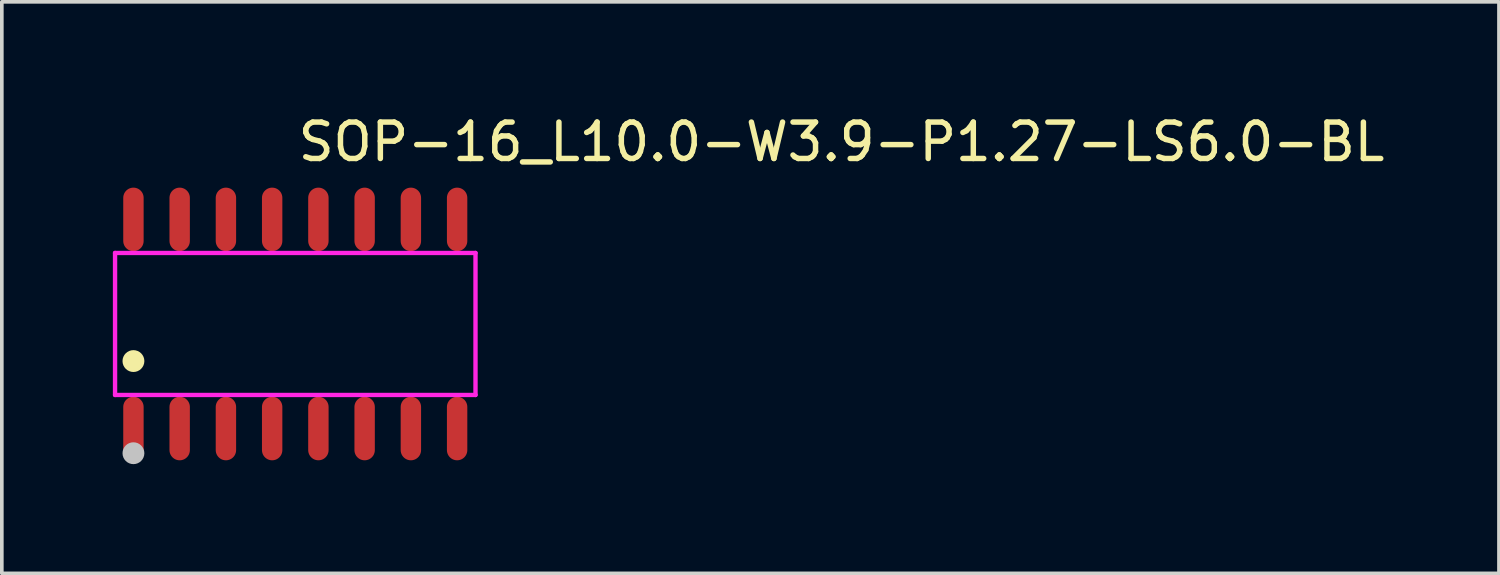
<source format=kicad_pcb>
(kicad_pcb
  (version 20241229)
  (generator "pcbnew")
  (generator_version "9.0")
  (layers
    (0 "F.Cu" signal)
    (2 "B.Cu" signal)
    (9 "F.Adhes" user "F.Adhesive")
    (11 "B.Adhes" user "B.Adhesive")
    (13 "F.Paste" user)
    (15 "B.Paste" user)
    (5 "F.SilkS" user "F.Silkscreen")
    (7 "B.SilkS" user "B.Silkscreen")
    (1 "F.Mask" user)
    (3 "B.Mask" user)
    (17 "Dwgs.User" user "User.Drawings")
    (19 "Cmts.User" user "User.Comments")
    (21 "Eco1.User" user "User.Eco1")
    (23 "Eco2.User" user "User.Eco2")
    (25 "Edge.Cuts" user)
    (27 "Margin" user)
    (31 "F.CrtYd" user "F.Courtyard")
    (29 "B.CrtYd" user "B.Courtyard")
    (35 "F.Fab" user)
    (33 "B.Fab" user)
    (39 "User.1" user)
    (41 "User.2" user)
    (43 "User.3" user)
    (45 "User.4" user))
  (footprint "SOP-16_L10.0-W3.9-P1.27-LS6.0-BL"
    (layer "F.Cu")
    (at 5.06 5.848)
    (property "Reference" "SOP-16_L10.0-W3.9-P1.27-LS6.0-BL" (at 0 -5 0) (layer "F.SilkS") (effects (font (size 1 1) (thickness 0.15)) (justify left)))
    (attr through_hole)
    (fp_circle (center -4.445 1.019) (end -4.295 1.019) (stroke (width 0.3) (type solid)) (fill no) (layer "F.SilkS"))
    (fp_circle (center -4.445 3.55) (end -4.295 3.55) (stroke (width 0.3) (type solid)) (fill no) (layer "Dwgs.User"))
    (fp_line (start -4.65 -2.175) (end -4.24 -2.175) (stroke (width 0.12) (type solid)) (layer "Eco2.User"))
    (fp_line (start -4.65 -1.94) (end -4.65 -2.175) (stroke (width 0.12) (type solid)) (layer "Eco2.User"))
    (fp_line (start -4.65 1.94) (end -4.24 1.94) (stroke (width 0.12) (type solid)) (layer "Eco2.User"))
    (fp_line (start -4.65 2.175) (end -4.65 1.94) (stroke (width 0.12) (type solid)) (layer "Eco2.User"))
    (fp_line (start -4.24 -2.175) (end -4.24 -1.94) (stroke (width 0.12) (type solid)) (layer "Eco2.User"))
    (fp_line (start -4.24 -1.94) (end -4.65 -1.94) (stroke (width 0.12) (type solid)) (layer "Eco2.User"))
    (fp_line (start -4.24 1.94) (end -4.24 2.175) (stroke (width 0.12) (type solid)) (layer "Eco2.User"))
    (fp_line (start -4.24 2.175) (end -4.65 2.175) (stroke (width 0.12) (type solid)) (layer "Eco2.User"))
    (fp_line (start -3.38 -2.175) (end -2.97 -2.175) (stroke (width 0.12) (type solid)) (layer "Eco2.User"))
    (fp_line (start -3.38 -1.94) (end -3.38 -2.175) (stroke (width 0.12) (type solid)) (layer "Eco2.User"))
    (fp_line (start -3.38 1.94) (end -2.97 1.94) (stroke (width 0.12) (type solid)) (layer "Eco2.User"))
    (fp_line (start -3.38 2.175) (end -3.38 1.94) (stroke (width 0.12) (type solid)) (layer "Eco2.User"))
    (fp_line (start -2.97 -2.175) (end -2.97 -1.94) (stroke (width 0.12) (type solid)) (layer "Eco2.User"))
    (fp_line (start -2.97 -1.94) (end -3.38 -1.94) (stroke (width 0.12) (type solid)) (layer "Eco2.User"))
    (fp_line (start -2.97 1.94) (end -2.97 2.175) (stroke (width 0.12) (type solid)) (layer "Eco2.User"))
    (fp_line (start -2.97 2.175) (end -3.38 2.175) (stroke (width 0.12) (type solid)) (layer "Eco2.User"))
    (fp_line (start -2.11 -2.175) (end -1.7 -2.175) (stroke (width 0.12) (type solid)) (layer "Eco2.User"))
    (fp_line (start -2.11 -1.94) (end -2.11 -2.175) (stroke (width 0.12) (type solid)) (layer "Eco2.User"))
    (fp_line (start -2.11 1.94) (end -1.7 1.94) (stroke (width 0.12) (type solid)) (layer "Eco2.User"))
    (fp_line (start -2.11 2.175) (end -2.11 1.94) (stroke (width 0.12) (type solid)) (layer "Eco2.User"))
    (fp_line (start -1.7 -2.175) (end -1.7 -1.94) (stroke (width 0.12) (type solid)) (layer "Eco2.User"))
    (fp_line (start -1.7 -1.94) (end -2.11 -1.94) (stroke (width 0.12) (type solid)) (layer "Eco2.User"))
    (fp_line (start -1.7 1.94) (end -1.7 2.175) (stroke (width 0.12) (type solid)) (layer "Eco2.User"))
    (fp_line (start -1.7 2.175) (end -2.11 2.175) (stroke (width 0.12) (type solid)) (layer "Eco2.User"))
    (fp_line (start -0.84 -2.175) (end -0.43 -2.175) (stroke (width 0.12) (type solid)) (layer "Eco2.User"))
    (fp_line (start -0.84 -1.94) (end -0.84 -2.175) (stroke (width 0.12) (type solid)) (layer "Eco2.User"))
    (fp_line (start -0.84 1.94) (end -0.43 1.94) (stroke (width 0.12) (type solid)) (layer "Eco2.User"))
    (fp_line (start -0.84 2.175) (end -0.84 1.94) (stroke (width 0.12) (type solid)) (layer "Eco2.User"))
    (fp_line (start -0.43 -2.175) (end -0.43 -1.94) (stroke (width 0.12) (type solid)) (layer "Eco2.User"))
    (fp_line (start -0.43 -1.94) (end -0.84 -1.94) (stroke (width 0.12) (type solid)) (layer "Eco2.User"))
    (fp_line (start -0.43 1.94) (end -0.43 2.175) (stroke (width 0.12) (type solid)) (layer "Eco2.User"))
    (fp_line (start -0.43 2.175) (end -0.84 2.175) (stroke (width 0.12) (type solid)) (layer "Eco2.User"))
    (fp_line (start 0.43 -2.175) (end 0.84 -2.175) (stroke (width 0.12) (type solid)) (layer "Eco2.User"))
    (fp_line (start 0.43 -1.94) (end 0.43 -2.175) (stroke (width 0.12) (type solid)) (layer "Eco2.User"))
    (fp_line (start 0.43 1.94) (end 0.84 1.94) (stroke (width 0.12) (type solid)) (layer "Eco2.User"))
    (fp_line (start 0.43 2.175) (end 0.43 1.94) (stroke (width 0.12) (type solid)) (layer "Eco2.User"))
    (fp_line (start 0.84 -2.175) (end 0.84 -1.94) (stroke (width 0.12) (type solid)) (layer "Eco2.User"))
    (fp_line (start 0.84 -1.94) (end 0.43 -1.94) (stroke (width 0.12) (type solid)) (layer "Eco2.User"))
    (fp_line (start 0.84 1.94) (end 0.84 2.175) (stroke (width 0.12) (type solid)) (layer "Eco2.User"))
    (fp_line (start 0.84 2.175) (end 0.43 2.175) (stroke (width 0.12) (type solid)) (layer "Eco2.User"))
    (fp_line (start 1.7 -2.175) (end 2.11 -2.175) (stroke (width 0.12) (type solid)) (layer "Eco2.User"))
    (fp_line (start 1.7 -1.94) (end 1.7 -2.175) (stroke (width 0.12) (type solid)) (layer "Eco2.User"))
    (fp_line (start 1.7 1.94) (end 2.11 1.94) (stroke (width 0.12) (type solid)) (layer "Eco2.User"))
    (fp_line (start 1.7 2.175) (end 1.7 1.94) (stroke (width 0.12) (type solid)) (layer "Eco2.User"))
    (fp_line (start 2.11 -2.175) (end 2.11 -1.94) (stroke (width 0.12) (type solid)) (layer "Eco2.User"))
    (fp_line (start 2.11 -1.94) (end 1.7 -1.94) (stroke (width 0.12) (type solid)) (layer "Eco2.User"))
    (fp_line (start 2.11 1.94) (end 2.11 2.175) (stroke (width 0.12) (type solid)) (layer "Eco2.User"))
    (fp_line (start 2.11 2.175) (end 1.7 2.175) (stroke (width 0.12) (type solid)) (layer "Eco2.User"))
    (fp_line (start 2.97 -2.175) (end 3.38 -2.175) (stroke (width 0.12) (type solid)) (layer "Eco2.User"))
    (fp_line (start 2.97 -1.94) (end 2.97 -2.175) (stroke (width 0.12) (type solid)) (layer "Eco2.User"))
    (fp_line (start 2.97 1.94) (end 3.38 1.94) (stroke (width 0.12) (type solid)) (layer "Eco2.User"))
    (fp_line (start 2.97 2.175) (end 2.97 1.94) (stroke (width 0.12) (type solid)) (layer "Eco2.User"))
    (fp_line (start 3.38 -2.175) (end 3.38 -1.94) (stroke (width 0.12) (type solid)) (layer "Eco2.User"))
    (fp_line (start 3.38 -1.94) (end 2.97 -1.94) (stroke (width 0.12) (type solid)) (layer "Eco2.User"))
    (fp_line (start 3.38 1.94) (end 3.38 2.175) (stroke (width 0.12) (type solid)) (layer "Eco2.User"))
    (fp_line (start 3.38 2.175) (end 2.97 2.175) (stroke (width 0.12) (type solid)) (layer "Eco2.User"))
    (fp_line (start 4.24 -2.175) (end 4.65 -2.175) (stroke (width 0.12) (type solid)) (layer "Eco2.User"))
    (fp_line (start 4.24 -1.94) (end 4.24 -2.175) (stroke (width 0.12) (type solid)) (layer "Eco2.User"))
    (fp_line (start 4.24 1.94) (end 4.65 1.94) (stroke (width 0.12) (type solid)) (layer "Eco2.User"))
    (fp_line (start 4.24 2.175) (end 4.24 1.94) (stroke (width 0.12) (type solid)) (layer "Eco2.User"))
    (fp_line (start 4.65 -2.175) (end 4.65 -1.94) (stroke (width 0.12) (type solid)) (layer "Eco2.User"))
    (fp_line (start 4.65 -1.94) (end 4.24 -1.94) (stroke (width 0.12) (type solid)) (layer "Eco2.User"))
    (fp_line (start 4.65 1.94) (end 4.65 2.175) (stroke (width 0.12) (type solid)) (layer "Eco2.User"))
    (fp_line (start 4.65 2.175) (end 4.24 2.175) (stroke (width 0.12) (type solid)) (layer "Eco2.User"))
    (fp_circle (center -5 3.15) (end -4.97 3.15) (stroke (width 0.06) (type solid)) (fill no) (layer "Eco2.User"))
    (fp_poly (pts (xy -4.65 -2.165) (xy -4.65 -3) (xy -4.24 -3) (xy -4.24 -2.165)) (stroke (width 0.12) (type solid)) (fill no) (layer "Eco2.User"))
    (fp_poly (pts (xy -4.65 3) (xy -4.65 2.165) (xy -4.24 2.165) (xy -4.24 3)) (stroke (width 0.12) (type solid)) (fill no) (layer "Eco2.User"))
    (fp_poly (pts (xy -3.38 -2.165) (xy -3.38 -3) (xy -2.97 -3) (xy -2.97 -2.165)) (stroke (width 0.12) (type solid)) (fill no) (layer "Eco2.User"))
    (fp_poly (pts (xy -3.38 3) (xy -3.38 2.165) (xy -2.97 2.165) (xy -2.97 3)) (stroke (width 0.12) (type solid)) (fill no) (layer "Eco2.User"))
    (fp_poly (pts (xy -2.11 -2.165) (xy -2.11 -3) (xy -1.7 -3) (xy -1.7 -2.165)) (stroke (width 0.12) (type solid)) (fill no) (layer "Eco2.User"))
    (fp_poly (pts (xy -2.11 3) (xy -2.11 2.165) (xy -1.7 2.165) (xy -1.7 3)) (stroke (width 0.12) (type solid)) (fill no) (layer "Eco2.User"))
    (fp_poly (pts (xy -0.84 -2.165) (xy -0.84 -3) (xy -0.43 -3) (xy -0.43 -2.165)) (stroke (width 0.12) (type solid)) (fill no) (layer "Eco2.User"))
    (fp_poly (pts (xy -0.84 3) (xy -0.84 2.165) (xy -0.43 2.165) (xy -0.43 3)) (stroke (width 0.12) (type solid)) (fill no) (layer "Eco2.User"))
    (fp_poly (pts (xy 0.43 -2.165) (xy 0.43 -3) (xy 0.84 -3) (xy 0.84 -2.165)) (stroke (width 0.12) (type solid)) (fill no) (layer "Eco2.User"))
    (fp_poly (pts (xy 0.43 3) (xy 0.43 2.165) (xy 0.84 2.165) (xy 0.84 3)) (stroke (width 0.12) (type solid)) (fill no) (layer "Eco2.User"))
    (fp_poly (pts (xy 1.7 -2.165) (xy 1.7 -3) (xy 2.11 -3) (xy 2.11 -2.165)) (stroke (width 0.12) (type solid)) (fill no) (layer "Eco2.User"))
    (fp_poly (pts (xy 1.7 3) (xy 1.7 2.165) (xy 2.11 2.165) (xy 2.11 3)) (stroke (width 0.12) (type solid)) (fill no) (layer "Eco2.User"))
    (fp_poly (pts (xy 2.97 -2.165) (xy 2.97 -3) (xy 3.38 -3) (xy 3.38 -2.165)) (stroke (width 0.12) (type solid)) (fill no) (layer "Eco2.User"))
    (fp_poly (pts (xy 2.97 3) (xy 2.97 2.165) (xy 3.38 2.165) (xy 3.38 3)) (stroke (width 0.12) (type solid)) (fill no) (layer "Eco2.User"))
    (fp_poly (pts (xy 4.24 -2.165) (xy 4.24 -3) (xy 4.65 -3) (xy 4.65 -2.165)) (stroke (width 0.12) (type solid)) (fill no) (layer "Eco2.User"))
    (fp_poly (pts (xy 4.24 3) (xy 4.24 2.165) (xy 4.65 2.165) (xy 4.65 3)) (stroke (width 0.12) (type solid)) (fill no) (layer "Eco2.User"))
    (fp_line (start -4.95 -1.95) (end 4.95 -1.95) (stroke (width 0.12) (type solid)) (layer "F.CrtYd"))
    (fp_line (start -4.95 1.95) (end -4.95 -1.95) (stroke (width 0.12) (type solid)) (layer "F.CrtYd"))
    (fp_line (start 4.95 -1.95) (end 4.95 1.95) (stroke (width 0.12) (type solid)) (layer "F.CrtYd"))
    (fp_line (start 4.95 1.95) (end -4.95 1.95) (stroke (width 0.12) (type solid)) (layer "F.CrtYd"))
    (pad "1" smd oval (at -4.445 2.872) (size 0.56 1.745) (layers "F.Cu" "F.Mask" "F.Paste"))
    (pad "2" smd oval (at -3.175 2.872) (size 0.56 1.745) (layers "F.Cu" "F.Mask" "F.Paste"))
    (pad "3" smd oval (at -1.905 2.872) (size 0.56 1.745) (layers "F.Cu" "F.Mask" "F.Paste"))
    (pad "4" smd oval (at -0.635 2.872) (size 0.56 1.745) (layers "F.Cu" "F.Mask" "F.Paste"))
    (pad "5" smd oval (at 0.635 2.872) (size 0.56 1.745) (layers "F.Cu" "F.Mask" "F.Paste"))
    (pad "6" smd oval (at 1.905 2.872) (size 0.56 1.745) (layers "F.Cu" "F.Mask" "F.Paste"))
    (pad "7" smd oval (at 3.175 2.872) (size 0.56 1.745) (layers "F.Cu" "F.Mask" "F.Paste"))
    (pad "8" smd oval (at 4.445 2.872) (size 0.56 1.745) (layers "F.Cu" "F.Mask" "F.Paste"))
    (pad "9" smd oval (at 4.445 -2.872) (size 0.56 1.745) (layers "F.Cu" "F.Mask" "F.Paste"))
    (pad "10" smd oval (at 3.175 -2.872) (size 0.56 1.745) (layers "F.Cu" "F.Mask" "F.Paste"))
    (pad "11" smd oval (at 1.905 -2.872) (size 0.56 1.745) (layers "F.Cu" "F.Mask" "F.Paste"))
    (pad "12" smd oval (at 0.635 -2.872) (size 0.56 1.745) (layers "F.Cu" "F.Mask" "F.Paste"))
    (pad "13" smd oval (at -0.635 -2.872) (size 0.56 1.745) (layers "F.Cu" "F.Mask" "F.Paste"))
    (pad "14" smd oval (at -1.905 -2.872) (size 0.56 1.745) (layers "F.Cu" "F.Mask" "F.Paste"))
    (pad "15" smd oval (at -3.175 -2.872) (size 0.56 1.745) (layers "F.Cu" "F.Mask" "F.Paste"))
    (pad "16" smd oval (at -4.445 -2.872) (size 0.56 1.745) (layers "F.Cu" "F.Mask" "F.Paste")))
  (gr_rect
    (start -3 -3)
    (end 38.12 12.698)
    (stroke (width 0.1) (type default))
    (fill no)
    (layer "Edge.Cuts")))
</source>
